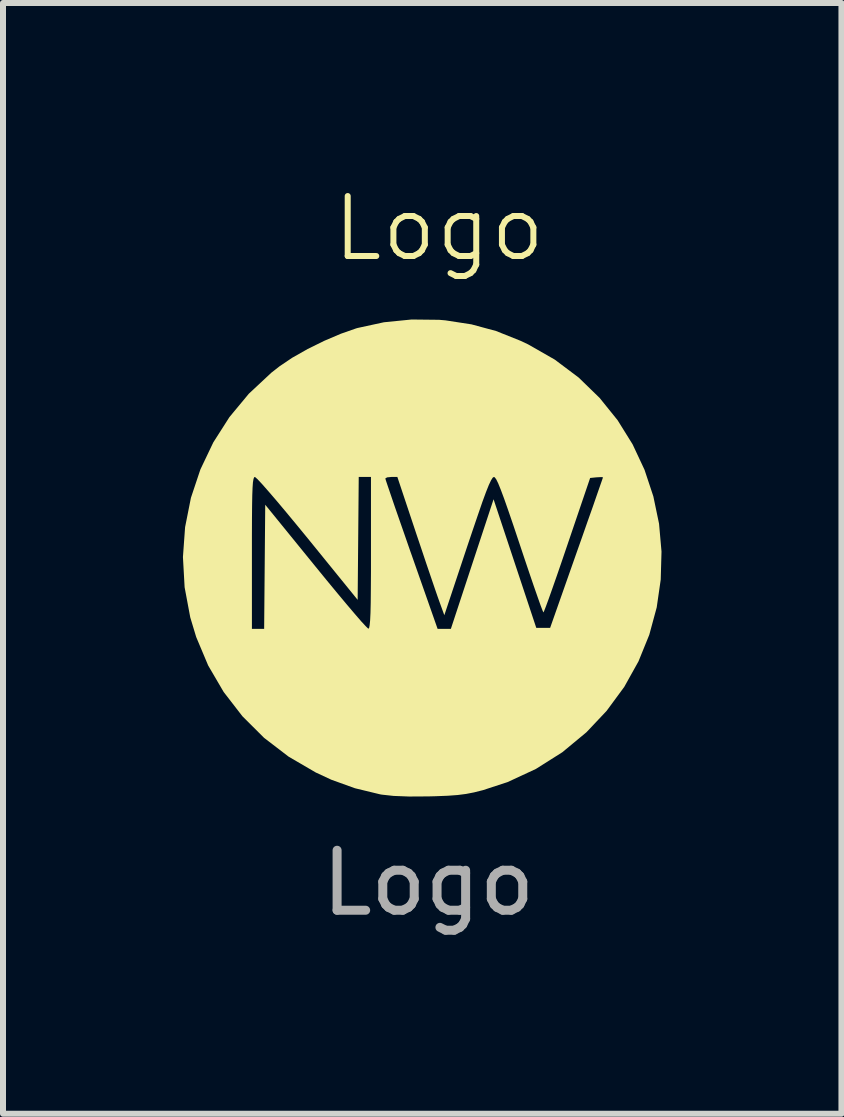
<source format=kicad_pcb>
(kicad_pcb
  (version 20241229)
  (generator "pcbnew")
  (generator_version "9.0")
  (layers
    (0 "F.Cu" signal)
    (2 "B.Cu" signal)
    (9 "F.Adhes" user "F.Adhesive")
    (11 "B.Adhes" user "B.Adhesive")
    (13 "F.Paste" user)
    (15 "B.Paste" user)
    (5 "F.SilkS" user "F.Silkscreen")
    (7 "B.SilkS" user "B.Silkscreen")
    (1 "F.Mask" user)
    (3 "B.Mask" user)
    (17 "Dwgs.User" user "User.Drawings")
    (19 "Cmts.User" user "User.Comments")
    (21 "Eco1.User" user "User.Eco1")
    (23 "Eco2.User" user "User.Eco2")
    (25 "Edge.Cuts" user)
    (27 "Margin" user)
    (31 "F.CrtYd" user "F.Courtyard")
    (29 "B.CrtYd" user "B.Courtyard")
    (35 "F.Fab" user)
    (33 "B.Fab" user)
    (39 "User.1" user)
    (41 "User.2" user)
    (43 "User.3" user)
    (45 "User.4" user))
  (footprint "Logo"
    (layer "F.Cu")
    (at 4.081 6.271)
    (property "Reference" "Logo" (at 0.19 -5.51 0) (unlocked yes) (layer "F.SilkS") (effects (font (size 1 1) (thickness 0.1))))
    (attr smd)
    (fp_poly (pts (xy 0.19 -3.989) (xy 0.295 -3.98) (xy 0.73 -3.913) (xy 1.14 -3.802) (xy 1.55 -3.638) (xy 1.673 -3.58) (xy 2.119 -3.325) (xy 2.517 -3.026) (xy 2.866 -2.687) (xy 3.166 -2.315) (xy 3.416 -1.913) (xy 3.615 -1.488) (xy 3.762 -1.045) (xy 3.857 -0.589) (xy 3.898 -0.125) (xy 3.885 0.342) (xy 3.818 0.806) (xy 3.694 1.263) (xy 3.514 1.706) (xy 3.277 2.131) (xy 2.982 2.532) (xy 2.646 2.888) (xy 2.244 3.221) (xy 1.804 3.499) (xy 1.333 3.718) (xy 0.92 3.853) (xy 0.773 3.89) (xy 0.639 3.916) (xy 0.499 3.934) (xy 0.335 3.946) (xy 0.13 3.954) (xy 0.013 3.957) (xy -0.31 3.959) (xy -0.568 3.949) (xy -0.762 3.928) (xy -0.792 3.923) (xy -1.213 3.821) (xy -1.607 3.679) (xy -1.865 3.559) (xy -2.318 3.295) (xy -2.728 2.981) (xy -3.09 2.62) (xy -3.402 2.216) (xy -3.66 1.775) (xy -3.86 1.3) (xy -3.959 0.972) (xy -4.053 0.47) (xy -4.081 -0.033) (xy -4.076 -0.103) (xy -2.931 -0.103) (xy -2.931 1.164) (xy -2.829 1.164) (xy -2.727 1.164) (xy -2.718 0.129) (xy -2.709 -0.906) (xy -1.87 0.126) (xy -1.683 0.355) (xy -1.508 0.567) (xy -1.351 0.755) (xy -1.216 0.914) (xy -1.108 1.039) (xy -1.031 1.122) (xy -0.992 1.16) (xy -0.989 1.161) (xy -0.977 1.148) (xy -0.968 1.103) (xy -0.96 1.021) (xy -0.954 0.897) (xy -0.95 0.725) (xy -0.948 0.5) (xy -0.946 0.217) (xy -0.946 -0.103) (xy -0.946 -1.344) (xy -0.707 -1.344) (xy -0.696 -1.307) (xy -0.664 -1.212) (xy -0.615 -1.068) (xy -0.551 -0.88) (xy -0.473 -0.656) (xy -0.385 -0.404) (xy -0.29 -0.13) (xy -0.271 -0.077) (xy 0.165 1.164) (xy 0.276 1.164) (xy 0.386 1.164) (xy 0.742 0.083) (xy 1.098 -0.997) (xy 1.454 0.075) (xy 1.81 1.147) (xy 1.925 1.147) (xy 2.041 1.147) (xy 2.481 -0.103) (xy 2.579 -0.38) (xy 2.669 -0.637) (xy 2.75 -0.865) (xy 2.817 -1.059) (xy 2.87 -1.211) (xy 2.906 -1.314) (xy 2.922 -1.361) (xy 2.922 -1.363) (xy 2.893 -1.367) (xy 2.821 -1.363) (xy 2.815 -1.363) (xy 2.708 -1.352) (xy 2.327 -0.231) (xy 2.238 0.031) (xy 2.155 0.272) (xy 2.081 0.483) (xy 2.019 0.658) (xy 1.971 0.789) (xy 1.94 0.868) (xy 1.929 0.89) (xy 1.915 0.859) (xy 1.881 0.77) (xy 1.832 0.631) (xy 1.768 0.448) (xy 1.694 0.231) (xy 1.611 -0.015) (xy 1.536 -0.24) (xy 1.431 -0.554) (xy 1.344 -0.808) (xy 1.274 -1.007) (xy 1.218 -1.157) (xy 1.175 -1.263) (xy 1.142 -1.33) (xy 1.117 -1.363) (xy 1.103 -1.369) (xy 1.083 -1.356) (xy 1.056 -1.313) (xy 1.019 -1.235) (xy 0.972 -1.117) (xy 0.912 -0.954) (xy 0.838 -0.739) (xy 0.746 -0.469) (xy 0.661 -0.217) (xy 0.277 0.936) (xy 0.197 0.716) (xy 0.165 0.626) (xy 0.115 0.481) (xy 0.051 0.293) (xy -0.024 0.073) (xy -0.105 -0.169) (xy -0.19 -0.421) (xy -0.195 -0.436) (xy -0.506 -1.369) (xy -0.606 -1.369) (xy -0.677 -1.362) (xy -0.707 -1.344) (xy -0.946 -1.344) (xy -0.946 -1.369) (xy -1.048 -1.369) (xy -1.15 -1.369) (xy -1.159 -0.345) (xy -1.168 0.68) (xy -2 -0.345) (xy -2.187 -0.573) (xy -2.361 -0.783) (xy -2.518 -0.97) (xy -2.654 -1.128) (xy -2.762 -1.251) (xy -2.839 -1.333) (xy -2.879 -1.368) (xy -2.882 -1.369) (xy -2.895 -1.361) (xy -2.905 -1.333) (xy -2.914 -1.278) (xy -2.92 -1.191) (xy -2.925 -1.065) (xy -2.928 -0.895) (xy -2.93 -0.673) (xy -2.931 -0.395) (xy -2.931 -0.103) (xy -4.076 -0.103) (xy -4.045 -0.532) (xy -3.948 -1.021) (xy -3.79 -1.494) (xy -3.575 -1.945) (xy -3.305 -2.368) (xy -2.982 -2.757) (xy -2.607 -3.107) (xy -2.469 -3.215) (xy -2.258 -3.357) (xy -2.002 -3.502) (xy -1.724 -3.639) (xy -1.447 -3.757) (xy -1.193 -3.846) (xy -1.168 -3.853) (xy -0.73 -3.948) (xy -0.269 -3.994)) (stroke (width 0) (type solid)) (fill yes) (layer "F.SilkS"))
    (fp_text user "${REFERENCE}" (at 0.013 5.4 0) (unlocked yes) (layer "F.Fab") (effects (font (size 1 1) (thickness 0.15)))))
  (gr_rect
    (start -3 -3)
    (end 10.979 15.519)
    (stroke (width 0.1) (type default))
    (fill no)
    (layer "Edge.Cuts")))
</source>
